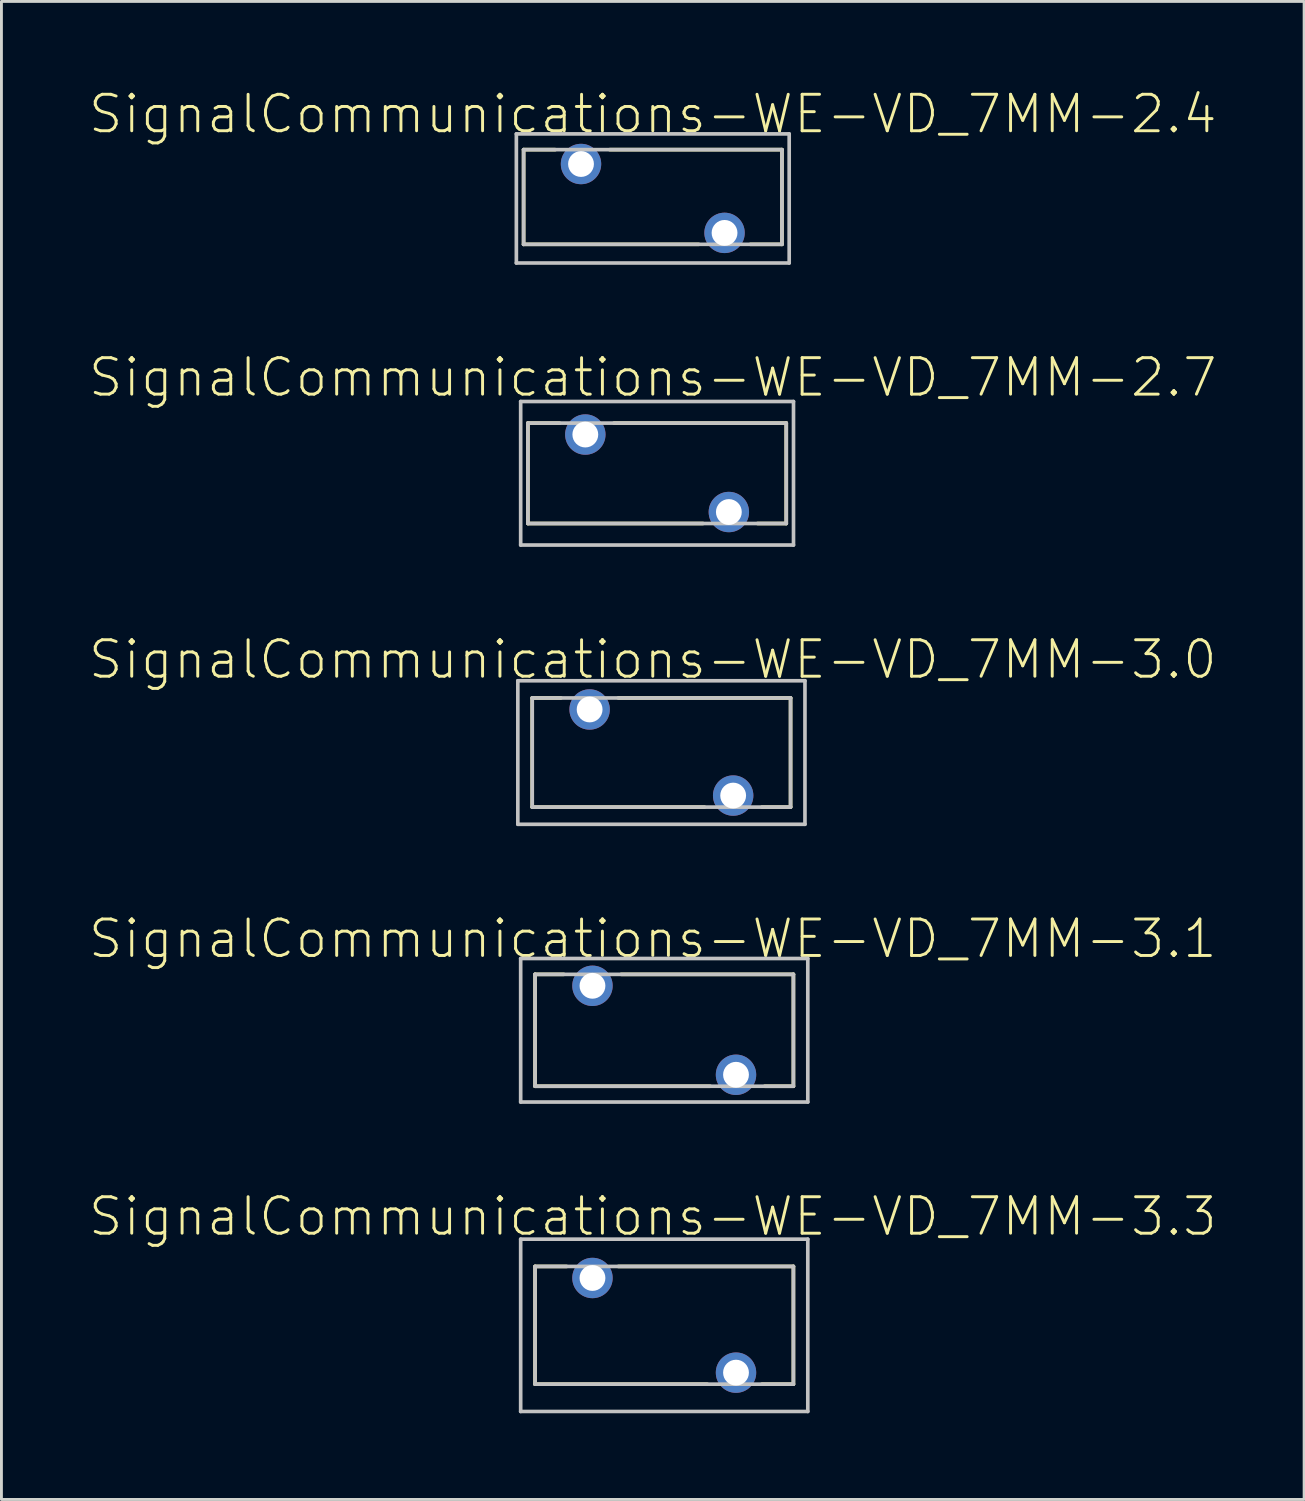
<source format=kicad_pcb>
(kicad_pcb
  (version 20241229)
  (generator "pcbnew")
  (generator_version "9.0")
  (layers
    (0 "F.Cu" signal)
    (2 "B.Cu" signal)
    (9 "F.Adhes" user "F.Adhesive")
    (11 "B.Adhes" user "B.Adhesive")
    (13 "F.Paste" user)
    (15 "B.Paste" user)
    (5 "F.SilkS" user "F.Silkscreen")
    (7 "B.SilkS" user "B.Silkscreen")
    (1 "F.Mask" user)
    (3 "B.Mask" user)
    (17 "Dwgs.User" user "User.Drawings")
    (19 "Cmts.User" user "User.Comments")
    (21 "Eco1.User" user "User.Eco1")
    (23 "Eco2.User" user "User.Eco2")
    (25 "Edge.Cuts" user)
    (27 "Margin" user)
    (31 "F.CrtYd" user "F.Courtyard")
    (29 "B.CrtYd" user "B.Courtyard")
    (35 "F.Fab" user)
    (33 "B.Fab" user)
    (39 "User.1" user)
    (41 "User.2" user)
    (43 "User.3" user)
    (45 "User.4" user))
  (footprint "SignalCommunications-WE-VD_7MM-2.4"
    (layer "F.Cu")
    (at 19.68 3.86)
    (property "Reference" "SignalCommunications-WE-VD_7MM-2.4" (at 0 -2.939 0) (layer "F.SilkS") (effects (font (size 1.27 1.27) (thickness 0.102))))
    (attr exclude_from_pos_files exclude_from_bom)
    (fp_line (start -4.498 -1.699) (end -4.498 1.598) (stroke (width 0.127) (type solid)) (layer "F.SilkS"))
    (fp_line (start -4.498 1.598) (end 1.598 1.598) (stroke (width 0.127) (type solid)) (layer "F.SilkS"))
    (fp_line (start -3.399 -1.699) (end -4.498 -1.699) (stroke (width 0.127) (type solid)) (layer "F.SilkS"))
    (fp_line (start 3.399 1.598) (end 4.498 1.598) (stroke (width 0.127) (type solid)) (layer "F.SilkS"))
    (fp_line (start 4.498 -1.699) (end -1.499 -1.699) (stroke (width 0.127) (type solid)) (layer "F.SilkS"))
    (fp_line (start 4.498 1.598) (end 4.498 -1.699) (stroke (width 0.127) (type solid)) (layer "F.SilkS"))
    (fp_line (start -4.75 -2.248) (end -4.75 2.248) (stroke (width 0.127) (type solid)) (layer "Dwgs.User"))
    (fp_line (start -4.75 2.248) (end 4.75 2.248) (stroke (width 0.127) (type solid)) (layer "Dwgs.User"))
    (fp_line (start -4.498 -1.699) (end -4.498 1.598) (stroke (width 0.127) (type solid)) (layer "Dwgs.User"))
    (fp_line (start -4.498 1.598) (end 4.498 1.598) (stroke (width 0.127) (type solid)) (layer "Dwgs.User"))
    (fp_line (start 4.498 -1.699) (end -4.498 -1.699) (stroke (width 0.127) (type solid)) (layer "Dwgs.User"))
    (fp_line (start 4.498 1.598) (end 4.498 -1.699) (stroke (width 0.127) (type solid)) (layer "Dwgs.User"))
    (fp_line (start 4.75 -2.248) (end -4.75 -2.248) (stroke (width 0.127) (type solid)) (layer "Dwgs.User"))
    (fp_line (start 4.75 2.248) (end 4.75 -2.248) (stroke (width 0.127) (type solid)) (layer "Dwgs.User"))
    (pad "1" thru_hole circle (at -2.499 -1.199) (size 1.407 1.407) (drill 0.899) (layers "*.Cu" "*.Paste" "*.Mask"))
    (pad "2" thru_hole circle (at 2.499 1.199) (size 1.407 1.407) (drill 0.899) (layers "*.Cu" "*.Paste" "*.Mask")))
  (footprint "SignalCommunications-WE-VD_7MM-3.3"
    (layer "F.Cu")
    (at 20.079 43.098)
    (property "Reference" "SignalCommunications-WE-VD_7MM-3.3" (at -0.399 -3.79 0) (layer "F.SilkS") (effects (font (size 1.27 1.27) (thickness 0.102))))
    (attr exclude_from_pos_files exclude_from_bom)
    (fp_line (start -4.498 -2.05) (end -3.399 -2.05) (stroke (width 0.127) (type solid)) (layer "F.SilkS"))
    (fp_line (start -4.498 2.05) (end -4.498 -2.05) (stroke (width 0.127) (type solid)) (layer "F.SilkS"))
    (fp_line (start -1.598 -2.05) (end 4.498 -2.05) (stroke (width 0.127) (type solid)) (layer "F.SilkS"))
    (fp_line (start 1.499 2.05) (end -4.498 2.05) (stroke (width 0.127) (type solid)) (layer "F.SilkS"))
    (fp_line (start 4.498 -2.05) (end 4.498 2.05) (stroke (width 0.127) (type solid)) (layer "F.SilkS"))
    (fp_line (start 4.498 2.05) (end 3.399 2.05) (stroke (width 0.127) (type solid)) (layer "F.SilkS"))
    (fp_line (start -4.999 -3) (end 4.999 -3) (stroke (width 0.127) (type solid)) (layer "Dwgs.User"))
    (fp_line (start -4.999 3) (end -4.999 -3) (stroke (width 0.127) (type solid)) (layer "Dwgs.User"))
    (fp_line (start -4.498 -2.05) (end 4.498 -2.05) (stroke (width 0.127) (type solid)) (layer "Dwgs.User"))
    (fp_line (start -4.498 2.05) (end -4.498 -2.05) (stroke (width 0.127) (type solid)) (layer "Dwgs.User"))
    (fp_line (start 4.498 -2.05) (end 4.498 2.05) (stroke (width 0.127) (type solid)) (layer "Dwgs.User"))
    (fp_line (start 4.498 2.05) (end -4.498 2.05) (stroke (width 0.127) (type solid)) (layer "Dwgs.User"))
    (fp_line (start 4.999 -3) (end 4.999 3) (stroke (width 0.127) (type solid)) (layer "Dwgs.User"))
    (fp_line (start 4.999 3) (end -4.999 3) (stroke (width 0.127) (type solid)) (layer "Dwgs.User"))
    (pad "1" thru_hole circle (at -2.499 -1.648) (size 1.407 1.407) (drill 0.899) (layers "*.Cu" "*.Paste" "*.Mask"))
    (pad "2" thru_hole circle (at 2.499 1.648) (size 1.407 1.407) (drill 0.899) (layers "*.Cu" "*.Paste" "*.Mask")))
  (footprint "SignalCommunications-WE-VD_7MM-3.0"
    (layer "F.Cu")
    (at 19.98 23.153)
    (property "Reference" "SignalCommunications-WE-VD_7MM-3.0" (at -0.3 -3.239 0) (layer "F.SilkS") (effects (font (size 1.27 1.27) (thickness 0.102))))
    (attr exclude_from_pos_files exclude_from_bom)
    (fp_line (start -4.498 -1.9) (end -3.498 -1.9) (stroke (width 0.127) (type solid)) (layer "F.SilkS"))
    (fp_line (start -4.498 1.9) (end -4.498 -1.9) (stroke (width 0.127) (type solid)) (layer "F.SilkS"))
    (fp_line (start -1.499 -1.9) (end 4.498 -1.9) (stroke (width 0.127) (type solid)) (layer "F.SilkS"))
    (fp_line (start 1.499 1.9) (end -4.498 1.9) (stroke (width 0.127) (type solid)) (layer "F.SilkS"))
    (fp_line (start 4.498 -1.9) (end 4.498 1.9) (stroke (width 0.127) (type solid)) (layer "F.SilkS"))
    (fp_line (start 4.498 1.9) (end 3.498 1.9) (stroke (width 0.127) (type solid)) (layer "F.SilkS"))
    (fp_line (start -4.999 -2.499) (end 4.999 -2.499) (stroke (width 0.127) (type solid)) (layer "Dwgs.User"))
    (fp_line (start -4.999 2.499) (end -4.999 -2.499) (stroke (width 0.127) (type solid)) (layer "Dwgs.User"))
    (fp_line (start -4.498 -1.9) (end 4.498 -1.9) (stroke (width 0.127) (type solid)) (layer "Dwgs.User"))
    (fp_line (start -4.498 1.9) (end -4.498 -1.9) (stroke (width 0.127) (type solid)) (layer "Dwgs.User"))
    (fp_line (start 4.498 -1.9) (end 4.498 1.9) (stroke (width 0.127) (type solid)) (layer "Dwgs.User"))
    (fp_line (start 4.498 1.9) (end -4.498 1.9) (stroke (width 0.127) (type solid)) (layer "Dwgs.User"))
    (fp_line (start 4.999 -2.499) (end 4.999 2.499) (stroke (width 0.127) (type solid)) (layer "Dwgs.User"))
    (fp_line (start 4.999 2.499) (end -4.999 2.499) (stroke (width 0.127) (type solid)) (layer "Dwgs.User"))
    (pad "1" thru_hole circle (at -2.499 -1.499) (size 1.407 1.407) (drill 0.899) (layers "*.Cu" "*.Paste" "*.Mask"))
    (pad "2" thru_hole circle (at 2.499 1.499) (size 1.407 1.407) (drill 0.899) (layers "*.Cu" "*.Paste" "*.Mask")))
  (footprint "SignalCommunications-WE-VD_7MM-3.1"
    (layer "F.Cu")
    (at 20.079 32.825)
    (property "Reference" "SignalCommunications-WE-VD_7MM-3.1" (at -0.399 -3.188 0) (layer "F.SilkS") (effects (font (size 1.27 1.27) (thickness 0.102))))
    (attr exclude_from_pos_files exclude_from_bom)
    (fp_line (start -4.498 -1.948) (end -3.498 -1.948) (stroke (width 0.127) (type solid)) (layer "F.SilkS"))
    (fp_line (start -4.498 1.948) (end -4.498 -1.948) (stroke (width 0.127) (type solid)) (layer "F.SilkS"))
    (fp_line (start -1.499 -1.948) (end 4.498 -1.948) (stroke (width 0.127) (type solid)) (layer "F.SilkS"))
    (fp_line (start 1.598 1.948) (end -4.498 1.948) (stroke (width 0.127) (type solid)) (layer "F.SilkS"))
    (fp_line (start 4.498 -1.948) (end 4.498 1.948) (stroke (width 0.127) (type solid)) (layer "F.SilkS"))
    (fp_line (start 4.498 1.948) (end 3.498 1.948) (stroke (width 0.127) (type solid)) (layer "F.SilkS"))
    (fp_line (start -4.999 -2.499) (end 4.999 -2.499) (stroke (width 0.127) (type solid)) (layer "Dwgs.User"))
    (fp_line (start -4.999 2.499) (end -4.999 -2.499) (stroke (width 0.127) (type solid)) (layer "Dwgs.User"))
    (fp_line (start -4.498 -1.948) (end 4.498 -1.948) (stroke (width 0.127) (type solid)) (layer "Dwgs.User"))
    (fp_line (start -4.498 1.948) (end -4.498 -1.948) (stroke (width 0.127) (type solid)) (layer "Dwgs.User"))
    (fp_line (start 4.498 -1.948) (end 4.498 1.948) (stroke (width 0.127) (type solid)) (layer "Dwgs.User"))
    (fp_line (start 4.498 1.948) (end -4.498 1.948) (stroke (width 0.127) (type solid)) (layer "Dwgs.User"))
    (fp_line (start 4.999 -2.499) (end 4.999 2.499) (stroke (width 0.127) (type solid)) (layer "Dwgs.User"))
    (fp_line (start 4.999 2.499) (end -4.999 2.499) (stroke (width 0.127) (type solid)) (layer "Dwgs.User"))
    (pad "1" thru_hole circle (at -2.499 -1.549) (size 1.407 1.407) (drill 0.899) (layers "*.Cu" "*.Paste" "*.Mask"))
    (pad "2" thru_hole circle (at 2.499 1.549) (size 1.407 1.407) (drill 0.899) (layers "*.Cu" "*.Paste" "*.Mask")))
  (footprint "SignalCommunications-WE-VD_7MM-2.7"
    (layer "F.Cu")
    (at 19.83 13.43)
    (property "Reference" "SignalCommunications-WE-VD_7MM-2.7" (at -0.15 -3.338 0) (layer "F.SilkS") (effects (font (size 1.27 1.27) (thickness 0.102))))
    (attr exclude_from_pos_files exclude_from_bom)
    (fp_line (start -4.498 -1.748) (end -3.399 -1.748) (stroke (width 0.127) (type solid)) (layer "F.SilkS"))
    (fp_line (start -4.498 1.748) (end -4.498 -1.748) (stroke (width 0.127) (type solid)) (layer "F.SilkS"))
    (fp_line (start -1.499 -1.748) (end 4.498 -1.748) (stroke (width 0.127) (type solid)) (layer "F.SilkS"))
    (fp_line (start 1.598 1.748) (end -4.498 1.748) (stroke (width 0.127) (type solid)) (layer "F.SilkS"))
    (fp_line (start 4.498 -1.748) (end 4.498 1.748) (stroke (width 0.127) (type solid)) (layer "F.SilkS"))
    (fp_line (start 4.498 1.748) (end 3.498 1.748) (stroke (width 0.127) (type solid)) (layer "F.SilkS"))
    (fp_line (start -4.75 -2.499) (end 4.75 -2.499) (stroke (width 0.127) (type solid)) (layer "Dwgs.User"))
    (fp_line (start -4.75 2.499) (end -4.75 -2.499) (stroke (width 0.127) (type solid)) (layer "Dwgs.User"))
    (fp_line (start -4.498 -1.748) (end -4.498 1.748) (stroke (width 0.127) (type solid)) (layer "Dwgs.User"))
    (fp_line (start -4.498 1.748) (end 4.498 1.748) (stroke (width 0.127) (type solid)) (layer "Dwgs.User"))
    (fp_line (start 4.498 -1.748) (end -4.498 -1.748) (stroke (width 0.127) (type solid)) (layer "Dwgs.User"))
    (fp_line (start 4.498 1.748) (end 4.498 -1.748) (stroke (width 0.127) (type solid)) (layer "Dwgs.User"))
    (fp_line (start 4.75 -2.499) (end 4.75 2.499) (stroke (width 0.127) (type solid)) (layer "Dwgs.User"))
    (fp_line (start 4.75 2.499) (end -4.75 2.499) (stroke (width 0.127) (type solid)) (layer "Dwgs.User"))
    (pad "1" thru_hole circle (at -2.499 -1.349) (size 1.407 1.407) (drill 0.899) (layers "*.Cu" "*.Paste" "*.Mask"))
    (pad "2" thru_hole circle (at 2.499 1.349) (size 1.407 1.407) (drill 0.899) (layers "*.Cu" "*.Paste" "*.Mask")))
  (gr_rect
    (start -3 -3)
    (end 42.36 49.162)
    (stroke (width 0.1) (type default))
    (fill no)
    (layer "Edge.Cuts")))
</source>
